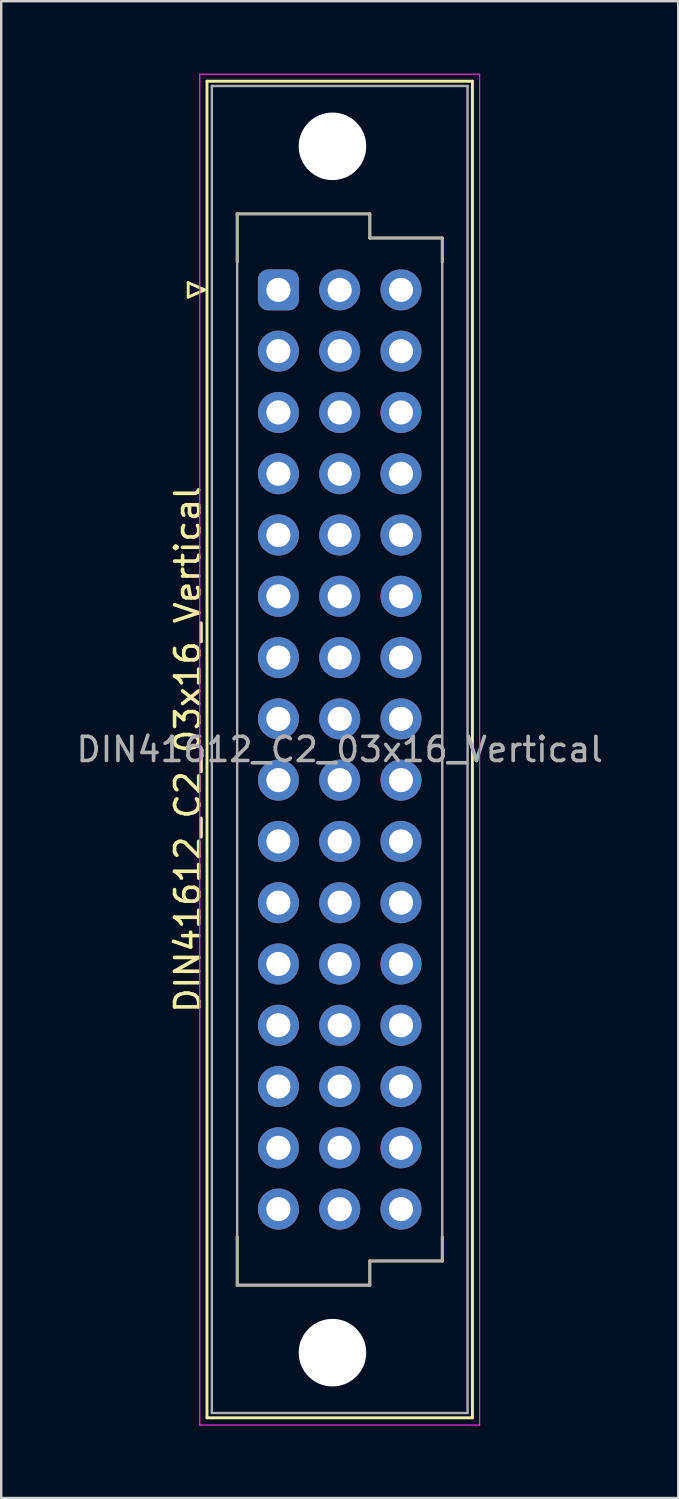
<source format=kicad_pcb>
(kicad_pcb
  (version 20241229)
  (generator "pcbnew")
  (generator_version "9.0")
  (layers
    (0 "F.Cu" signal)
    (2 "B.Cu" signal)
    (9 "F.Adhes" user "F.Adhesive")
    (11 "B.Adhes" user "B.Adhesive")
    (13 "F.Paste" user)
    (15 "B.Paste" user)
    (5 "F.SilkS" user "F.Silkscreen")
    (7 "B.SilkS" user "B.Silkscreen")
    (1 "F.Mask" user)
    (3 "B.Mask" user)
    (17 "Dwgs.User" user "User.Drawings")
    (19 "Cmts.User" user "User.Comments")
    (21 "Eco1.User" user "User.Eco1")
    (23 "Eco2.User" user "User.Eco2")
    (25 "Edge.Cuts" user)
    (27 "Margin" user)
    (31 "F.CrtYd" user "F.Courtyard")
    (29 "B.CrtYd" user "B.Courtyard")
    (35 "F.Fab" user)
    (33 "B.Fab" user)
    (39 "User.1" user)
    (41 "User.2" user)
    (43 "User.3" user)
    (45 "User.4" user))
  (footprint "DIN41612_C2_03x16_Vertical"
    (layer "F.Cu")
    (at 8.49 8.965)
    (property "Reference" "DIN41612_C2_03x16_Vertical" (at -3.76 19.05 90) (layer "F.SilkS") (effects (font (size 1 1) (thickness 0.15))))
    (attr through_hole)
    (fp_line (start -3.74 -0.3) (end -3.74 0.3) (stroke (width 0.12) (type solid)) (layer "F.SilkS"))
    (fp_line (start -3.74 0.3) (end -3.06 0) (stroke (width 0.12) (type solid)) (layer "F.SilkS"))
    (fp_line (start -3.06 0) (end -3.74 -0.3) (stroke (width 0.12) (type solid)) (layer "F.SilkS"))
    (fp_line (start -2.96 -8.65) (end 8.04 -8.65) (stroke (width 0.12) (type solid)) (layer "F.SilkS"))
    (fp_line (start -2.96 46.75) (end -2.96 -8.65) (stroke (width 0.12) (type solid)) (layer "F.SilkS"))
    (fp_line (start -1.71 -3.15) (end 3.79 -3.15) (stroke (width 0.12) (type solid)) (layer "F.SilkS"))
    (fp_line (start -1.71 -1.15) (end -1.71 -3.15) (stroke (width 0.12) (type solid)) (layer "F.SilkS"))
    (fp_line (start -1.71 39.25) (end -1.71 41.25) (stroke (width 0.12) (type solid)) (layer "F.SilkS"))
    (fp_line (start -1.71 41.25) (end 3.79 41.25) (stroke (width 0.12) (type solid)) (layer "F.SilkS"))
    (fp_line (start 3.79 -3.15) (end 3.79 -2.15) (stroke (width 0.12) (type solid)) (layer "F.SilkS"))
    (fp_line (start 3.79 -2.15) (end 6.79 -2.15) (stroke (width 0.12) (type solid)) (layer "F.SilkS"))
    (fp_line (start 3.79 40.25) (end 6.79 40.25) (stroke (width 0.12) (type solid)) (layer "F.SilkS"))
    (fp_line (start 3.79 41.25) (end 3.79 40.25) (stroke (width 0.12) (type solid)) (layer "F.SilkS"))
    (fp_line (start 6.79 -2.15) (end 6.79 -1.15) (stroke (width 0.12) (type solid)) (layer "F.SilkS"))
    (fp_line (start 6.79 40.25) (end 6.79 39.25) (stroke (width 0.12) (type solid)) (layer "F.SilkS"))
    (fp_line (start 8.04 -8.65) (end 8.04 46.75) (stroke (width 0.12) (type solid)) (layer "F.SilkS"))
    (fp_line (start 8.04 46.75) (end -2.96 46.75) (stroke (width 0.12) (type solid)) (layer "F.SilkS"))
    (fp_line (start -3.26 -8.94) (end 8.34 -8.94) (stroke (width 0.05) (type solid)) (layer "F.CrtYd"))
    (fp_line (start -3.26 47.05) (end -3.26 -8.94) (stroke (width 0.05) (type solid)) (layer "F.CrtYd"))
    (fp_line (start 8.34 -8.94) (end 8.34 47.05) (stroke (width 0.05) (type solid)) (layer "F.CrtYd"))
    (fp_line (start 8.34 47.05) (end -3.26 47.05) (stroke (width 0.05) (type solid)) (layer "F.CrtYd"))
    (fp_line (start -2.76 -8.45) (end 7.84 -8.45) (stroke (width 0.1) (type solid)) (layer "F.Fab"))
    (fp_line (start -2.76 46.55) (end -2.76 -8.45) (stroke (width 0.1) (type solid)) (layer "F.Fab"))
    (fp_line (start -1.71 -3.15) (end 3.79 -3.15) (stroke (width 0.1) (type solid)) (layer "F.Fab"))
    (fp_line (start -1.71 41.25) (end -1.71 -3.15) (stroke (width 0.1) (type solid)) (layer "F.Fab"))
    (fp_line (start 3.79 -3.15) (end 3.79 -2.15) (stroke (width 0.1) (type solid)) (layer "F.Fab"))
    (fp_line (start 3.79 -2.15) (end 6.79 -2.15) (stroke (width 0.1) (type solid)) (layer "F.Fab"))
    (fp_line (start 3.79 40.25) (end 3.79 41.25) (stroke (width 0.1) (type solid)) (layer "F.Fab"))
    (fp_line (start 3.79 41.25) (end -1.71 41.25) (stroke (width 0.1) (type solid)) (layer "F.Fab"))
    (fp_line (start 6.79 -2.15) (end 6.79 40.25) (stroke (width 0.1) (type solid)) (layer "F.Fab"))
    (fp_line (start 6.79 40.25) (end 3.79 40.25) (stroke (width 0.1) (type solid)) (layer "F.Fab"))
    (fp_line (start 7.84 -8.45) (end 7.84 46.55) (stroke (width 0.1) (type solid)) (layer "F.Fab"))
    (fp_line (start 7.84 46.55) (end -2.76 46.55) (stroke (width 0.1) (type solid)) (layer "F.Fab"))
    (fp_text user "${REFERENCE}" (at 2.54 19.05 0) (layer "F.Fab") (effects (font (size 1 1) (thickness 0.15))))
    (pad "" np_thru_hole circle (at 2.24 -5.95) (size 2.8 2.8) (drill 2.8) (layers "*.Cu" "*.Mask"))
    (pad "" np_thru_hole circle (at 2.24 44.05) (size 2.8 2.8) (drill 2.8) (layers "*.Cu" "*.Mask"))
    (pad "a1" thru_hole roundrect (at 0 0) (size 1.7 1.7) (drill 1) (layers "*.Cu" "*.Mask") (roundrect_rratio 0.25))
    (pad "a2" thru_hole circle (at 0 2.54) (size 1.7 1.7) (drill 1) (layers "*.Cu" "*.Mask"))
    (pad "a3" thru_hole circle (at 0 5.08) (size 1.7 1.7) (drill 1) (layers "*.Cu" "*.Mask"))
    (pad "a4" thru_hole circle (at 0 7.62) (size 1.7 1.7) (drill 1) (layers "*.Cu" "*.Mask"))
    (pad "a5" thru_hole circle (at 0 10.16) (size 1.7 1.7) (drill 1) (layers "*.Cu" "*.Mask"))
    (pad "a6" thru_hole circle (at 0 12.7) (size 1.7 1.7) (drill 1) (layers "*.Cu" "*.Mask"))
    (pad "a7" thru_hole circle (at 0 15.24) (size 1.7 1.7) (drill 1) (layers "*.Cu" "*.Mask"))
    (pad "a8" thru_hole circle (at 0 17.78) (size 1.7 1.7) (drill 1) (layers "*.Cu" "*.Mask"))
    (pad "a9" thru_hole circle (at 0 20.32) (size 1.7 1.7) (drill 1) (layers "*.Cu" "*.Mask"))
    (pad "a10" thru_hole circle (at 0 22.86) (size 1.7 1.7) (drill 1) (layers "*.Cu" "*.Mask"))
    (pad "a11" thru_hole circle (at 0 25.4) (size 1.7 1.7) (drill 1) (layers "*.Cu" "*.Mask"))
    (pad "a12" thru_hole circle (at 0 27.94) (size 1.7 1.7) (drill 1) (layers "*.Cu" "*.Mask"))
    (pad "a13" thru_hole circle (at 0 30.48) (size 1.7 1.7) (drill 1) (layers "*.Cu" "*.Mask"))
    (pad "a14" thru_hole circle (at 0 33.02) (size 1.7 1.7) (drill 1) (layers "*.Cu" "*.Mask"))
    (pad "a15" thru_hole circle (at 0 35.56) (size 1.7 1.7) (drill 1) (layers "*.Cu" "*.Mask"))
    (pad "a16" thru_hole circle (at 0 38.1) (size 1.7 1.7) (drill 1) (layers "*.Cu" "*.Mask"))
    (pad "b1" thru_hole circle (at 2.54 0) (size 1.7 1.7) (drill 1) (layers "*.Cu" "*.Mask"))
    (pad "b2" thru_hole circle (at 2.54 2.54) (size 1.7 1.7) (drill 1) (layers "*.Cu" "*.Mask"))
    (pad "b3" thru_hole circle (at 2.54 5.08) (size 1.7 1.7) (drill 1) (layers "*.Cu" "*.Mask"))
    (pad "b4" thru_hole circle (at 2.54 7.62) (size 1.7 1.7) (drill 1) (layers "*.Cu" "*.Mask"))
    (pad "b5" thru_hole circle (at 2.54 10.16) (size 1.7 1.7) (drill 1) (layers "*.Cu" "*.Mask"))
    (pad "b6" thru_hole circle (at 2.54 12.7) (size 1.7 1.7) (drill 1) (layers "*.Cu" "*.Mask"))
    (pad "b7" thru_hole circle (at 2.54 15.24) (size 1.7 1.7) (drill 1) (layers "*.Cu" "*.Mask"))
    (pad "b8" thru_hole circle (at 2.54 17.78) (size 1.7 1.7) (drill 1) (layers "*.Cu" "*.Mask"))
    (pad "b9" thru_hole circle (at 2.54 20.32) (size 1.7 1.7) (drill 1) (layers "*.Cu" "*.Mask"))
    (pad "b10" thru_hole circle (at 2.54 22.86) (size 1.7 1.7) (drill 1) (layers "*.Cu" "*.Mask"))
    (pad "b11" thru_hole circle (at 2.54 25.4) (size 1.7 1.7) (drill 1) (layers "*.Cu" "*.Mask"))
    (pad "b12" thru_hole circle (at 2.54 27.94) (size 1.7 1.7) (drill 1) (layers "*.Cu" "*.Mask"))
    (pad "b13" thru_hole circle (at 2.54 30.48) (size 1.7 1.7) (drill 1) (layers "*.Cu" "*.Mask"))
    (pad "b14" thru_hole circle (at 2.54 33.02) (size 1.7 1.7) (drill 1) (layers "*.Cu" "*.Mask"))
    (pad "b15" thru_hole circle (at 2.54 35.56) (size 1.7 1.7) (drill 1) (layers "*.Cu" "*.Mask"))
    (pad "b16" thru_hole circle (at 2.54 38.1) (size 1.7 1.7) (drill 1) (layers "*.Cu" "*.Mask"))
    (pad "c1" thru_hole circle (at 5.08 0) (size 1.7 1.7) (drill 1) (layers "*.Cu" "*.Mask"))
    (pad "c2" thru_hole circle (at 5.08 2.54) (size 1.7 1.7) (drill 1) (layers "*.Cu" "*.Mask"))
    (pad "c3" thru_hole circle (at 5.08 5.08) (size 1.7 1.7) (drill 1) (layers "*.Cu" "*.Mask"))
    (pad "c4" thru_hole circle (at 5.08 7.62) (size 1.7 1.7) (drill 1) (layers "*.Cu" "*.Mask"))
    (pad "c5" thru_hole circle (at 5.08 10.16) (size 1.7 1.7) (drill 1) (layers "*.Cu" "*.Mask"))
    (pad "c6" thru_hole circle (at 5.08 12.7) (size 1.7 1.7) (drill 1) (layers "*.Cu" "*.Mask"))
    (pad "c7" thru_hole circle (at 5.08 15.24) (size 1.7 1.7) (drill 1) (layers "*.Cu" "*.Mask"))
    (pad "c8" thru_hole circle (at 5.08 17.78) (size 1.7 1.7) (drill 1) (layers "*.Cu" "*.Mask"))
    (pad "c9" thru_hole circle (at 5.08 20.32) (size 1.7 1.7) (drill 1) (layers "*.Cu" "*.Mask"))
    (pad "c10" thru_hole circle (at 5.08 22.86) (size 1.7 1.7) (drill 1) (layers "*.Cu" "*.Mask"))
    (pad "c11" thru_hole circle (at 5.08 25.4) (size 1.7 1.7) (drill 1) (layers "*.Cu" "*.Mask"))
    (pad "c12" thru_hole circle (at 5.08 27.94) (size 1.7 1.7) (drill 1) (layers "*.Cu" "*.Mask"))
    (pad "c13" thru_hole circle (at 5.08 30.48) (size 1.7 1.7) (drill 1) (layers "*.Cu" "*.Mask"))
    (pad "c14" thru_hole circle (at 5.08 33.02) (size 1.7 1.7) (drill 1) (layers "*.Cu" "*.Mask"))
    (pad "c15" thru_hole circle (at 5.08 35.56) (size 1.7 1.7) (drill 1) (layers "*.Cu" "*.Mask"))
    (pad "c16" thru_hole circle (at 5.08 38.1) (size 1.7 1.7) (drill 1) (layers "*.Cu" "*.Mask")))
  (gr_rect
    (start -3 -3)
    (end 25.06 59.04)
    (stroke (width 0.1) (type default))
    (fill no)
    (layer "Edge.Cuts")))
</source>
